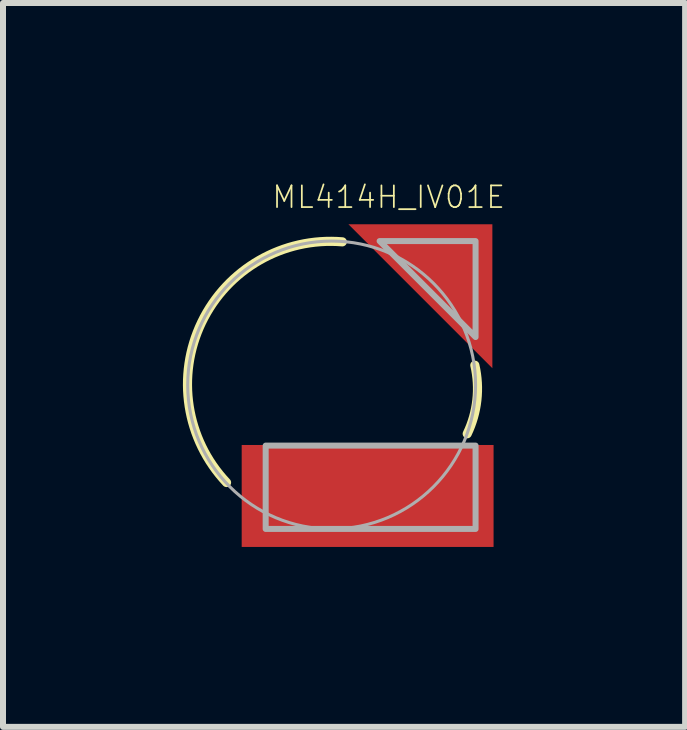
<source format=kicad_pcb>
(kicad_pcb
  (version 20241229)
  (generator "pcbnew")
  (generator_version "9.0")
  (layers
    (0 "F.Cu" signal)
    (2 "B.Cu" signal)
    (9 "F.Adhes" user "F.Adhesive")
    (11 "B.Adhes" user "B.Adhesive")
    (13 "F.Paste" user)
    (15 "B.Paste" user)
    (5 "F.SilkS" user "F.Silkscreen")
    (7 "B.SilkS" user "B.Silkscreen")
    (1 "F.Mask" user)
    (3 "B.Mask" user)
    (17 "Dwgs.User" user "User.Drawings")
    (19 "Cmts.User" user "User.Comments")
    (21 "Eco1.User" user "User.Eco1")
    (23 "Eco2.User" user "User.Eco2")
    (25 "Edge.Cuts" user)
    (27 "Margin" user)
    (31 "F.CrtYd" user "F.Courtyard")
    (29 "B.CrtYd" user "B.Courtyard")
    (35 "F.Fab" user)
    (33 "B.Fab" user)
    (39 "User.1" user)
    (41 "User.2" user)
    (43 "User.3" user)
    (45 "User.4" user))
  (footprint "ML414H_IV01E"
    (layer "F.Cu")
    (at 2.48 3.37)
    (property "Reference" "ML414H_IV01E" (at -1.016 -2.921 180) (layer "F.SilkS") (effects (font (size 0.362 0.362) (thickness 0.029)) (justify left bottom)))
    (attr through_hole)
    (fp_poly (pts (xy 0.28 -2.68) (xy 2.68 -2.68) (xy 2.68 -0.28)) (stroke (width 0) (type solid)) (fill yes) (layer "F.Cu"))
    (fp_poly (pts (xy 0.28 -2.68) (xy 2.68 -2.68) (xy 2.68 -0.28)) (stroke (width 0) (type solid)) (fill yes) (layer "F.Mask"))
    (fp_poly (pts (xy -1.5 2.7) (xy 2.7 2.7) (xy 2.7 1) (xy -1.5 1)) (stroke (width 0) (type solid)) (fill yes) (layer "F.Mask"))
    (fp_arc (start -1.752599 1.625602) (mid -2.167967 -1.045069) (end 0.1778 -2.3876) (stroke (width 0.1524) (type solid)) (layer "F.SilkS"))
    (fp_arc (start 2.3876 -0.3302) (mid 2.42159 0.252132) (end 2.260599 0.8128) (stroke (width 0.1524) (type solid)) (layer "F.SilkS"))
    (fp_poly (pts (xy 0.28 -2.68) (xy 2.68 -2.68) (xy 2.68 -0.28)) (stroke (width 0) (type solid)) (fill yes) (layer "F.Paste"))
    (fp_poly (pts (xy -1.5 2.7) (xy 2.7 2.7) (xy 2.7 1) (xy -1.5 1)) (stroke (width 0) (type solid)) (fill yes) (layer "F.Paste"))
    (fp_circle (center 0 0) (end 2.4 0) (stroke (width 0.051) (type solid)) (fill no) (layer "F.Fab"))
    (fp_poly (pts (xy 0.8 -2.4) (xy 2.4 -2.4) (xy 2.4 -0.8)) (stroke (width 0.1) (type solid)) (fill no) (layer "F.Fab"))
    (fp_poly (pts (xy -1.1 2.4) (xy 2.4 2.4) (xy 2.4 1.01) (xy -1.1 1.01)) (stroke (width 0.1) (type solid)) (fill no) (layer "F.Fab"))
    (pad "+" smd rect (at 2.022 -2.032) (size 1 1) (layers "F.Cu" "F.Mask"))
    (pad "-" smd rect (at 0.6 1.85) (size 4.2 1.7) (layers "F.Cu" "F.Mask")))
  (gr_rect
    (start -3 -3)
    (end 8.374 9.07)
    (stroke (width 0.1) (type default))
    (fill no)
    (layer "Edge.Cuts")))
</source>
